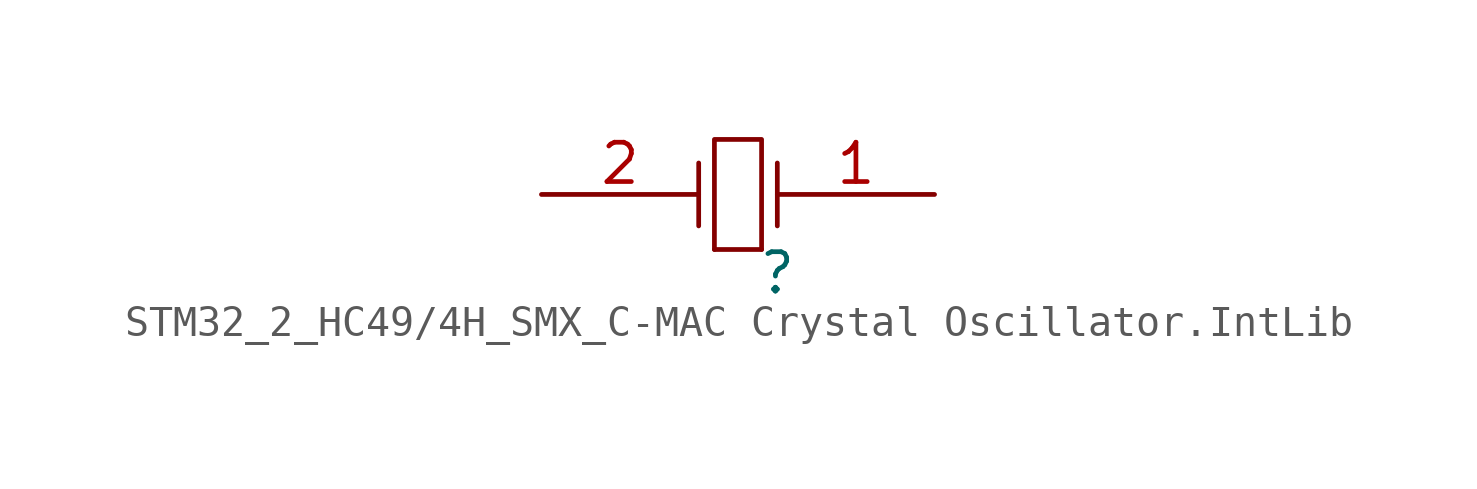
<source format=kicad_sym>
(kicad_symbol_lib
  (version 20241209)
  (generator "kicad_symbol_editor")
  (generator_version "9.0")
  (symbol "STM32_2_HC49/4H_SMX_C-MAC Crystal Oscillator.IntLib"
    (pin_names
      (hide yes))
    (property "Reference" ""
      (at 0 0 0)
      (effects (font (size 1.27 1.27))))
    (property "Value" ""
      (at 0 0 0)
      (effects (font (size 1.27 1.27))))
    (symbol "STM32_2_HC49/4H_SMX_C-MAC Crystal Oscillator.IntLib_1_0"
      (polyline (pts (xy -2.54 1.524) (xy -2.54 3.556)) (stroke (width 0) (type solid)) (fill (type none)))
      (polyline (pts (xy -2.032 0.762) (xy -2.032 4.318) (xy -0.508 4.318) (xy -0.508 0.762)) (stroke (width 0) (type solid)) (fill (type none)))
      (polyline (pts (xy -0.508 0.762) (xy -2.032 0.762)) (stroke (width 0) (type solid)) (fill (type none)))
      (polyline (pts (xy 0 1.524) (xy 0 3.556)) (stroke (width 0) (type solid)) (fill (type none)))
      (pin passive line (at -7.62 2.54 0) (length 5.08) (name "OSC2" (effects (font (size 1.27 1.27)))) (number "2" (effects (font (size 1.27 1.27)))))
      (pin passive line (at 5.08 2.54 180) (length 5.08) (name "OSC1" (effects (font (size 1.27 1.27)))) (number "1" (effects (font (size 1.27 1.27))))))))
</source>
